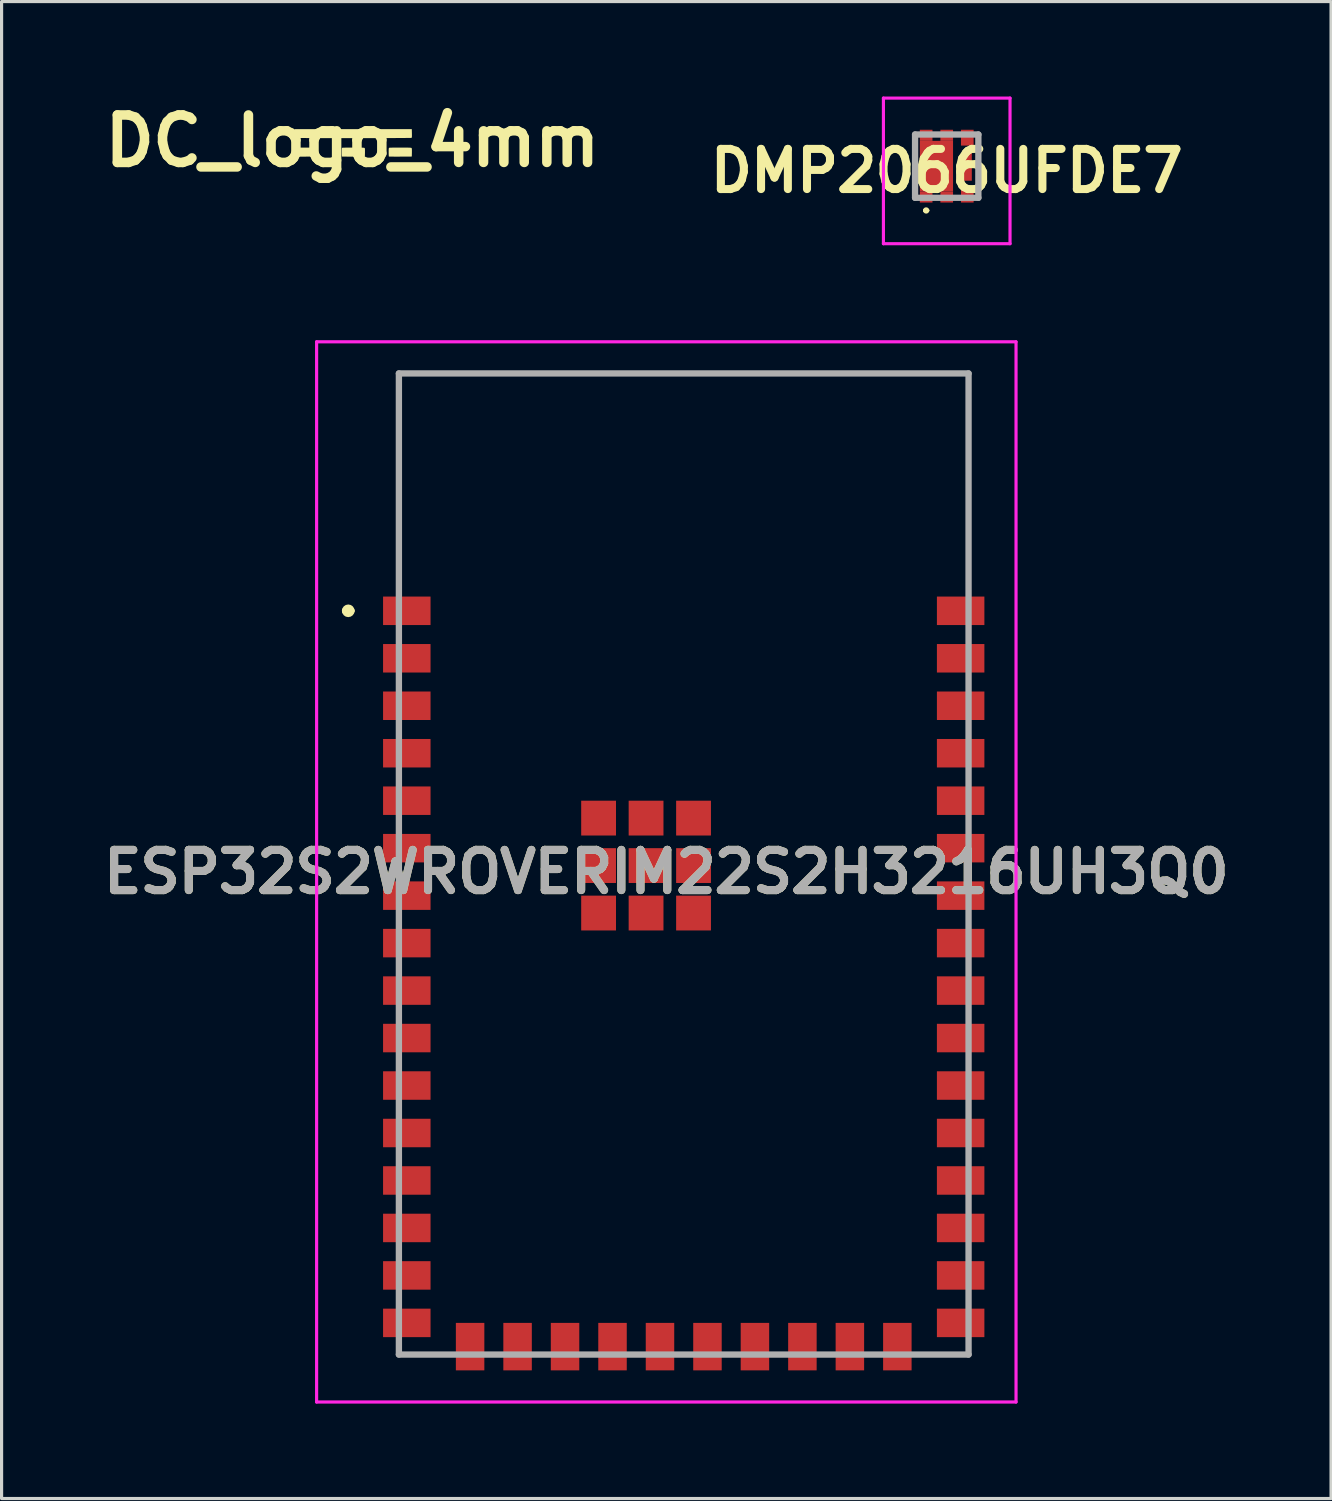
<source format=kicad_pcb>
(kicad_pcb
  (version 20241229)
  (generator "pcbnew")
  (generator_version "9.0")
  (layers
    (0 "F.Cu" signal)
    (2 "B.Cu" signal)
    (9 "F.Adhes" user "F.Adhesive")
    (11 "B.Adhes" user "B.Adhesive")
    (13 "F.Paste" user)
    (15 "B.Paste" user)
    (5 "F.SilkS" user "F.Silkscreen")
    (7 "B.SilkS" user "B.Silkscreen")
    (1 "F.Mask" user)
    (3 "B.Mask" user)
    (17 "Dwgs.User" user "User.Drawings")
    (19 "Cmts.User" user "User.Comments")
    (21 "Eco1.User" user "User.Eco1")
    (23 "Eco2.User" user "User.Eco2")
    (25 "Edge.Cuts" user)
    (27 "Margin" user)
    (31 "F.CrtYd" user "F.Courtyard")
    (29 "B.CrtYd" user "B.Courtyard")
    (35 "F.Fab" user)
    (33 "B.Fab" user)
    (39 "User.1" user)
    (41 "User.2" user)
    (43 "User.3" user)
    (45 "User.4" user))
  (footprint "DC_logo_4mm"
    (layer "F.Cu")
    (at 8.086 1.404)
    (property "Reference" "DC_logo_4mm" (at 0 0 0) (layer "F.SilkS") (effects (font (size 1.5 1.5) (thickness 0.3))))
    (attr board_only exclude_from_pos_files exclude_from_bom)
    (fp_poly (pts (xy 0.129 0.209) (xy 0.205 0.21) (xy 0.265 0.21) (xy 0.311 0.212) (xy 0.344 0.213) (xy 0.367 0.216) (xy 0.38 0.219) (xy 0.387 0.223) (xy 0.387 0.223) (xy 0.393 0.24) (xy 0.396 0.277) (xy 0.396 0.333) (xy 0.396 0.365) (xy 0.393 0.493) (xy 0.034 0.495) (xy -0.049 0.496) (xy -0.125 0.496) (xy -0.193 0.495) (xy -0.249 0.495) (xy -0.293 0.494) (xy -0.321 0.493) (xy -0.332 0.491) (xy -0.334 0.479) (xy -0.336 0.451) (xy -0.338 0.411) (xy -0.338 0.363) (xy -0.338 0.353) (xy -0.338 0.298) (xy -0.337 0.26) (xy -0.334 0.236) (xy -0.33 0.222) (xy -0.324 0.216) (xy -0.323 0.215) (xy -0.309 0.214) (xy -0.278 0.212) (xy -0.232 0.211) (xy -0.174 0.21) (xy -0.105 0.21) (xy -0.028 0.209) (xy 0.034 0.209)) (stroke (width 0) (type solid)) (fill yes) (layer "F.SilkS"))
    (fp_poly (pts (xy 1.612 0.209) (xy 1.688 0.21) (xy 1.748 0.21) (xy 1.794 0.212) (xy 1.827 0.213) (xy 1.85 0.216) (xy 1.863 0.219) (xy 1.87 0.223) (xy 1.87 0.223) (xy 1.876 0.24) (xy 1.879 0.277) (xy 1.879 0.333) (xy 1.879 0.365) (xy 1.876 0.493) (xy 1.517 0.495) (xy 1.434 0.496) (xy 1.358 0.496) (xy 1.29 0.495) (xy 1.234 0.495) (xy 1.19 0.494) (xy 1.162 0.493) (xy 1.151 0.491) (xy 1.149 0.479) (xy 1.147 0.451) (xy 1.145 0.411) (xy 1.145 0.363) (xy 1.145 0.353) (xy 1.145 0.298) (xy 1.146 0.26) (xy 1.149 0.236) (xy 1.153 0.222) (xy 1.159 0.216) (xy 1.16 0.215) (xy 1.174 0.214) (xy 1.205 0.212) (xy 1.251 0.211) (xy 1.309 0.21) (xy 1.378 0.21) (xy 1.455 0.209) (xy 1.517 0.209)) (stroke (width 0) (type solid)) (fill yes) (layer "F.SilkS"))
    (fp_poly (pts (xy -1.362 0.209) (xy -1.285 0.21) (xy -1.223 0.21) (xy -1.176 0.212) (xy -1.142 0.213) (xy -1.118 0.216) (xy -1.104 0.218) (xy -1.096 0.222) (xy -1.096 0.223) (xy -1.09 0.24) (xy -1.087 0.277) (xy -1.087 0.333) (xy -1.087 0.365) (xy -1.09 0.493) (xy -1.449 0.495) (xy -1.532 0.496) (xy -1.608 0.496) (xy -1.676 0.495) (xy -1.732 0.495) (xy -1.776 0.494) (xy -1.804 0.493) (xy -1.815 0.491) (xy -1.817 0.479) (xy -1.819 0.451) (xy -1.821 0.413) (xy -1.821 0.37) (xy -1.821 0.324) (xy -1.82 0.283) (xy -1.819 0.249) (xy -1.816 0.228) (xy -1.815 0.225) (xy -1.812 0.221) (xy -1.804 0.217) (xy -1.79 0.214) (xy -1.767 0.212) (xy -1.734 0.211) (xy -1.689 0.21) (xy -1.629 0.209) (xy -1.554 0.209) (xy -1.461 0.209) (xy -1.458 0.209)) (stroke (width 0) (type solid)) (fill yes) (layer "F.SilkS"))
    (fp_poly (pts (xy 1.879 -0.24) (xy 1.88 -0.181) (xy 1.879 -0.14) (xy 1.876 -0.114) (xy 1.872 -0.101) (xy 1.869 -0.098) (xy 1.858 -0.097) (xy 1.828 -0.096) (xy 1.78 -0.096) (xy 1.715 -0.095) (xy 1.634 -0.094) (xy 1.538 -0.093) (xy 1.429 -0.093) (xy 1.306 -0.092) (xy 1.171 -0.092) (xy 1.025 -0.091) (xy 0.87 -0.091) (xy 0.705 -0.09) (xy 0.532 -0.09) (xy 0.353 -0.09) (xy 0.167 -0.09) (xy 0.022 -0.09) (xy -0.208 -0.09) (xy -0.42 -0.09) (xy -0.612 -0.09) (xy -0.788 -0.09) (xy -0.946 -0.09) (xy -1.088 -0.091) (xy -1.215 -0.091) (xy -1.328 -0.091) (xy -1.426 -0.092) (xy -1.512 -0.093) (xy -1.585 -0.093) (xy -1.646 -0.094) (xy -1.697 -0.095) (xy -1.738 -0.096) (xy -1.769 -0.097) (xy -1.792 -0.098) (xy -1.807 -0.1) (xy -1.815 -0.101) (xy -1.817 -0.103) (xy -1.819 -0.117) (xy -1.82 -0.147) (xy -1.82 -0.189) (xy -1.819 -0.237) (xy -1.819 -0.244) (xy -1.816 -0.373) (xy 0.03 -0.373) (xy 1.876 -0.373)) (stroke (width 0) (type solid)) (fill yes) (layer "F.SilkS")))
  (footprint "ESP32S2WROVERIM22S2H3216UH3Q0"
    (layer "F.Cu")
    (at 17.364 24.3)
    (property "Reference" "ESP32S2WROVERIM22S2H3216UH3Q0" (at 0.64 0.2 0) (layer "F.SilkS") (effects (font (size 1.27 1.27) (thickness 0.254))))
    (attr smd)
    (fp_line (start -9.51 -8.05) (end -9.51 -8.05) (stroke (width 0.2) (type solid)) (layer "F.SilkS"))
    (fp_line (start -9.31 -8.05) (end -9.31 -8.05) (stroke (width 0.2) (type solid)) (layer "F.SilkS"))
    (fp_line (start -7.81 -15.55) (end 10.19 -15.55) (stroke (width 0.1) (type solid)) (layer "F.SilkS"))
    (fp_line (start -7.81 -9.05) (end -7.81 -15.55) (stroke (width 0.1) (type solid)) (layer "F.SilkS"))
    (fp_line (start 10.19 -15.55) (end 10.19 -9.05) (stroke (width 0.1) (type solid)) (layer "F.SilkS"))
    (fp_arc (start -9.51 -8.05) (mid -9.41 -8.15) (end -9.31 -8.05) (stroke (width 0.2) (type solid)) (layer "F.SilkS"))
    (fp_arc (start -9.31 -8.05) (mid -9.41 -7.95) (end -9.51 -8.05) (stroke (width 0.2) (type solid)) (layer "F.SilkS"))
    (fp_line (start -10.41 -16.55) (end 11.69 -16.55) (stroke (width 0.1) (type solid)) (layer "F.CrtYd"))
    (fp_line (start -10.41 16.95) (end -10.41 -16.55) (stroke (width 0.1) (type solid)) (layer "F.CrtYd"))
    (fp_line (start 11.69 -16.55) (end 11.69 16.95) (stroke (width 0.1) (type solid)) (layer "F.CrtYd"))
    (fp_line (start 11.69 16.95) (end -10.41 16.95) (stroke (width 0.1) (type solid)) (layer "F.CrtYd"))
    (fp_line (start -7.81 -15.55) (end 10.19 -15.55) (stroke (width 0.2) (type solid)) (layer "F.Fab"))
    (fp_line (start -7.81 15.45) (end -7.81 -15.55) (stroke (width 0.2) (type solid)) (layer "F.Fab"))
    (fp_line (start 10.19 -15.55) (end 10.19 15.45) (stroke (width 0.2) (type solid)) (layer "F.Fab"))
    (fp_line (start 10.19 15.45) (end -7.81 15.45) (stroke (width 0.2) (type solid)) (layer "F.Fab"))
    (fp_text user "${REFERENCE}" (at 0.64 0.2 0) (layer "F.Fab") (effects (font (size 1.27 1.27) (thickness 0.254))))
    (pad "1" smd rect (at -7.56 -8.05 90) (size 0.9 1.5) (layers "F.Cu" "F.Mask" "F.Paste"))
    (pad "2" smd rect (at -7.56 -6.55 90) (size 0.9 1.5) (layers "F.Cu" "F.Mask" "F.Paste"))
    (pad "3" smd rect (at -7.56 -5.05 90) (size 0.9 1.5) (layers "F.Cu" "F.Mask" "F.Paste"))
    (pad "4" smd rect (at -7.56 -3.55 90) (size 0.9 1.5) (layers "F.Cu" "F.Mask" "F.Paste"))
    (pad "5" smd rect (at -7.56 -2.05 90) (size 0.9 1.5) (layers "F.Cu" "F.Mask" "F.Paste"))
    (pad "6" smd rect (at -7.56 -0.55 90) (size 0.9 1.5) (layers "F.Cu" "F.Mask" "F.Paste"))
    (pad "7" smd rect (at -7.56 0.95 90) (size 0.9 1.5) (layers "F.Cu" "F.Mask" "F.Paste"))
    (pad "8" smd rect (at -7.56 2.45 90) (size 0.9 1.5) (layers "F.Cu" "F.Mask" "F.Paste"))
    (pad "9" smd rect (at -7.56 3.95 90) (size 0.9 1.5) (layers "F.Cu" "F.Mask" "F.Paste"))
    (pad "10" smd rect (at -7.56 5.45 90) (size 0.9 1.5) (layers "F.Cu" "F.Mask" "F.Paste"))
    (pad "11" smd rect (at -7.56 6.95 90) (size 0.9 1.5) (layers "F.Cu" "F.Mask" "F.Paste"))
    (pad "12" smd rect (at -7.56 8.45 90) (size 0.9 1.5) (layers "F.Cu" "F.Mask" "F.Paste"))
    (pad "13" smd rect (at -7.56 9.95 90) (size 0.9 1.5) (layers "F.Cu" "F.Mask" "F.Paste"))
    (pad "14" smd rect (at -7.56 11.45 90) (size 0.9 1.5) (layers "F.Cu" "F.Mask" "F.Paste"))
    (pad "15" smd rect (at -7.56 12.95 90) (size 0.9 1.5) (layers "F.Cu" "F.Mask" "F.Paste"))
    (pad "16" smd rect (at -7.56 14.45 90) (size 0.9 1.5) (layers "F.Cu" "F.Mask" "F.Paste"))
    (pad "17" smd rect (at -5.56 15.2) (size 0.9 1.5) (layers "F.Cu" "F.Mask" "F.Paste"))
    (pad "18" smd rect (at -4.06 15.2) (size 0.9 1.5) (layers "F.Cu" "F.Mask" "F.Paste"))
    (pad "19" smd rect (at -2.56 15.2) (size 0.9 1.5) (layers "F.Cu" "F.Mask" "F.Paste"))
    (pad "20" smd rect (at -1.06 15.2) (size 0.9 1.5) (layers "F.Cu" "F.Mask" "F.Paste"))
    (pad "21" smd rect (at 0.44 15.2) (size 0.9 1.5) (layers "F.Cu" "F.Mask" "F.Paste"))
    (pad "22" smd rect (at 1.94 15.2) (size 0.9 1.5) (layers "F.Cu" "F.Mask" "F.Paste"))
    (pad "23" smd rect (at 3.44 15.2) (size 0.9 1.5) (layers "F.Cu" "F.Mask" "F.Paste"))
    (pad "24" smd rect (at 4.94 15.2) (size 0.9 1.5) (layers "F.Cu" "F.Mask" "F.Paste"))
    (pad "25" smd rect (at 6.44 15.2) (size 0.9 1.5) (layers "F.Cu" "F.Mask" "F.Paste"))
    (pad "26" smd rect (at 7.94 15.2) (size 0.9 1.5) (layers "F.Cu" "F.Mask" "F.Paste"))
    (pad "27" smd rect (at 9.94 14.45 90) (size 0.9 1.5) (layers "F.Cu" "F.Mask" "F.Paste"))
    (pad "28" smd rect (at 9.94 12.95 90) (size 0.9 1.5) (layers "F.Cu" "F.Mask" "F.Paste"))
    (pad "29" smd rect (at 9.94 11.45 90) (size 0.9 1.5) (layers "F.Cu" "F.Mask" "F.Paste"))
    (pad "30" smd rect (at 9.94 9.95 90) (size 0.9 1.5) (layers "F.Cu" "F.Mask" "F.Paste"))
    (pad "31" smd rect (at 9.94 8.45 90) (size 0.9 1.5) (layers "F.Cu" "F.Mask" "F.Paste"))
    (pad "32" smd rect (at 9.94 6.95 90) (size 0.9 1.5) (layers "F.Cu" "F.Mask" "F.Paste"))
    (pad "33" smd rect (at 9.94 5.45 90) (size 0.9 1.5) (layers "F.Cu" "F.Mask" "F.Paste"))
    (pad "34" smd rect (at 9.94 3.95 90) (size 0.9 1.5) (layers "F.Cu" "F.Mask" "F.Paste"))
    (pad "35" smd rect (at 9.94 2.45 90) (size 0.9 1.5) (layers "F.Cu" "F.Mask" "F.Paste"))
    (pad "36" smd rect (at 9.94 0.95 90) (size 0.9 1.5) (layers "F.Cu" "F.Mask" "F.Paste"))
    (pad "37" smd rect (at 9.94 -0.55 90) (size 0.9 1.5) (layers "F.Cu" "F.Mask" "F.Paste"))
    (pad "38" smd rect (at 9.94 -2.05 90) (size 0.9 1.5) (layers "F.Cu" "F.Mask" "F.Paste"))
    (pad "39" smd rect (at 9.94 -3.55 90) (size 0.9 1.5) (layers "F.Cu" "F.Mask" "F.Paste"))
    (pad "40" smd rect (at 9.94 -5.05 90) (size 0.9 1.5) (layers "F.Cu" "F.Mask" "F.Paste"))
    (pad "41" smd rect (at 9.94 -6.55 90) (size 0.9 1.5) (layers "F.Cu" "F.Mask" "F.Paste"))
    (pad "42" smd rect (at 9.94 -8.05 90) (size 0.9 1.5) (layers "F.Cu" "F.Mask" "F.Paste"))
    (pad "43" smd rect (at 0 0) (size 1.1 1.1) (layers "F.Cu" "F.Mask" "F.Paste"))
    (pad "44" smd rect (at -1.5 0) (size 1.1 1.1) (layers "F.Cu" "F.Mask" "F.Paste"))
    (pad "45" smd rect (at -1.5 -1.5) (size 1.1 1.1) (layers "F.Cu" "F.Mask" "F.Paste"))
    (pad "46" smd rect (at 0 -1.5) (size 1.1 1.1) (layers "F.Cu" "F.Mask" "F.Paste"))
    (pad "47" smd rect (at 1.5 -1.5) (size 1.1 1.1) (layers "F.Cu" "F.Mask" "F.Paste"))
    (pad "48" smd rect (at 1.5 0) (size 1.1 1.1) (layers "F.Cu" "F.Mask" "F.Paste"))
    (pad "49" smd rect (at 1.5 1.5) (size 1.1 1.1) (layers "F.Cu" "F.Mask" "F.Paste"))
    (pad "50" smd rect (at 0 1.5) (size 1.1 1.1) (layers "F.Cu" "F.Mask" "F.Paste"))
    (pad "51" smd rect (at -1.5 1.5) (size 1.1 1.1) (layers "F.Cu" "F.Mask" "F.Paste")))
  (footprint "DMP2066UFDE7"
    (layer "F.Cu")
    (at 26.864 2.2)
    (property "Reference" "DMP2066UFDE7" (at 0 0.15 0) (layer "F.SilkS") (effects (font (size 1.27 1.27) (thickness 0.254))))
    (attr smd)
    (fp_line (start -1 -1) (end -1 1) (stroke (width 0.1) (type solid)) (layer "F.SilkS"))
    (fp_line (start -0.7 1.4) (end -0.7 1.4) (stroke (width 0.1) (type solid)) (layer "F.SilkS"))
    (fp_line (start -0.6 1.4) (end -0.6 1.4) (stroke (width 0.1) (type solid)) (layer "F.SilkS"))
    (fp_line (start 1 -1) (end 1 1) (stroke (width 0.1) (type solid)) (layer "F.SilkS"))
    (fp_arc (start -0.7 1.4) (mid -0.65 1.35) (end -0.6 1.4) (stroke (width 0.1) (type solid)) (layer "F.SilkS"))
    (fp_arc (start -0.6 1.4) (mid -0.65 1.45) (end -0.7 1.4) (stroke (width 0.1) (type solid)) (layer "F.SilkS"))
    (fp_line (start -2 -2.15) (end 2 -2.15) (stroke (width 0.1) (type solid)) (layer "F.CrtYd"))
    (fp_line (start -2 2.45) (end -2 -2.15) (stroke (width 0.1) (type solid)) (layer "F.CrtYd"))
    (fp_line (start 2 -2.15) (end 2 2.45) (stroke (width 0.1) (type solid)) (layer "F.CrtYd"))
    (fp_line (start 2 2.45) (end -2 2.45) (stroke (width 0.1) (type solid)) (layer "F.CrtYd"))
    (fp_line (start -1 -1) (end 1 -1) (stroke (width 0.2) (type solid)) (layer "F.Fab"))
    (fp_line (start -1 1) (end -1 -1) (stroke (width 0.2) (type solid)) (layer "F.Fab"))
    (fp_line (start 1 -1) (end 1 1) (stroke (width 0.2) (type solid)) (layer "F.Fab"))
    (fp_line (start 1 1) (end -1 1) (stroke (width 0.2) (type solid)) (layer "F.Fab"))
    (pad "1" smd rect (at -0.65 0.975 90) (size 0.35 0.4) (layers "F.Cu" "F.Mask" "F.Paste"))
    (pad "2" smd rect (at 0 0.975 90) (size 0.35 0.4) (layers "F.Cu" "F.Mask" "F.Paste"))
    (pad "3" smd rect (at 0.65 0.9) (size 0.4 0.5) (layers "F.Cu" "F.Mask" "F.Paste"))
    (pad "4" smd rect (at 0.65 -0.9) (size 0.4 0.5) (layers "F.Cu" "F.Mask" "F.Paste"))
    (pad "5" smd rect (at 0 -0.975 90) (size 0.35 0.4) (layers "F.Cu" "F.Mask" "F.Paste"))
    (pad "6" smd rect (at -0.65 -0.975 90) (size 0.35 0.4) (layers "F.Cu" "F.Mask" "F.Paste"))
    (pad "7" smd rect (at 0.65 0) (size 0.285 0.92) (layers "F.Cu" "F.Mask" "F.Paste"))
    (pad "8" smd rect (at -0.325 0) (size 1.05 1.6) (layers "F.Cu" "F.Mask" "F.Paste")))
  (gr_rect
    (start -3 -3)
    (end 39.008 44.3)
    (stroke (width 0.1) (type default))
    (fill no)
    (layer "Edge.Cuts")))
</source>
